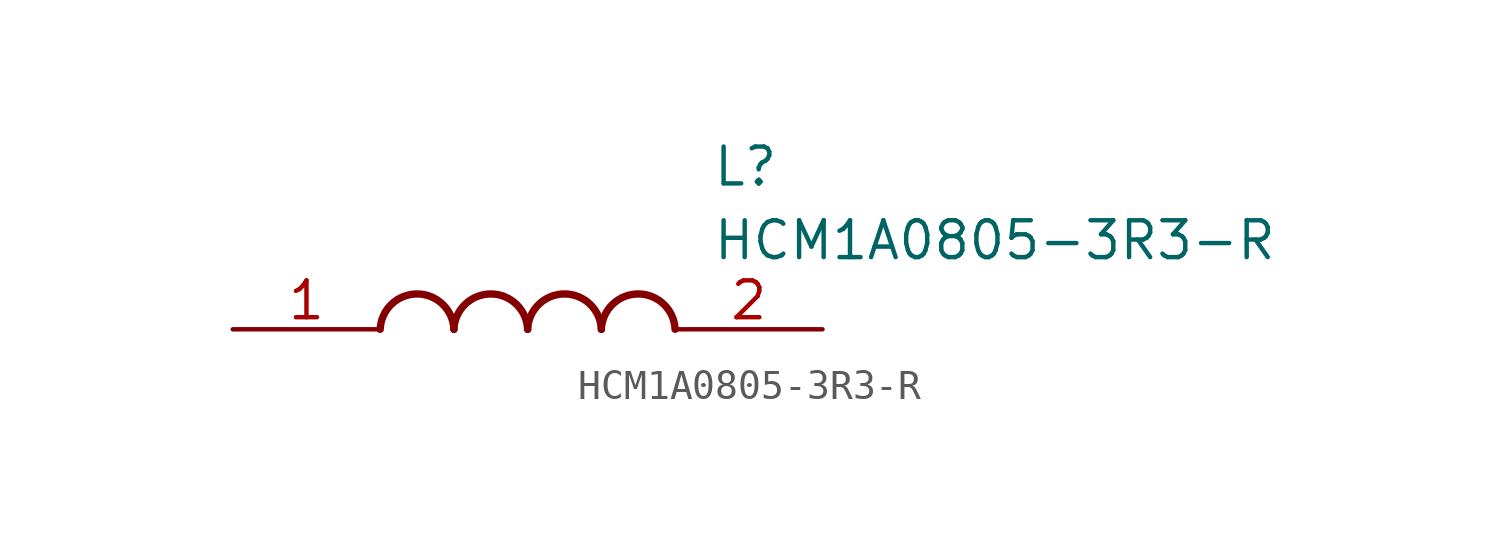
<source format=kicad_sym>
(kicad_symbol_lib
  (version 20211014)
  (generator SamacSys_ECAD_Model)
  (symbol "HCM1A0805-3R3-R"
    (pin_names hide)
    (property "Reference" "L"
      (at 16.51 6.35 0)
      (effects (font (size 1.27 1.27)) (justify left top)))
    (property "Value" "HCM1A0805-3R3-R"
      (at 16.51 3.81 0)
      (effects (font (size 1.27 1.27)) (justify left top)))
    (arc
      (start 7.62 0)
      (mid 6.35 1.219)
      (end 5.08 0)
      (stroke (width 0.254) (type default))
      (fill (type none)))
    (arc
      (start 10.16 0)
      (mid 8.89 1.219)
      (end 7.62 0)
      (stroke (width 0.254) (type default))
      (fill (type none)))
    (arc
      (start 12.7 0)
      (mid 11.43 1.219)
      (end 10.16 0)
      (stroke (width 0.254) (type default))
      (fill (type none)))
    (arc
      (start 15.24 0)
      (mid 13.97 1.219)
      (end 12.7 0)
      (stroke (width 0.254) (type default))
      (fill (type none)))
    (pin passive line
      (at 0 0 0)
      (length 5.08)
      (name "1" (effects (font (size 1.27 1.27))))
      (number "1" (effects (font (size 1.27 1.27)))))
    (pin passive line
      (at 20.32 0 180)
      (length 5.08)
      (name "2" (effects (font (size 1.27 1.27))))
      (number "2" (effects (font (size 1.27 1.27)))))))
</source>
